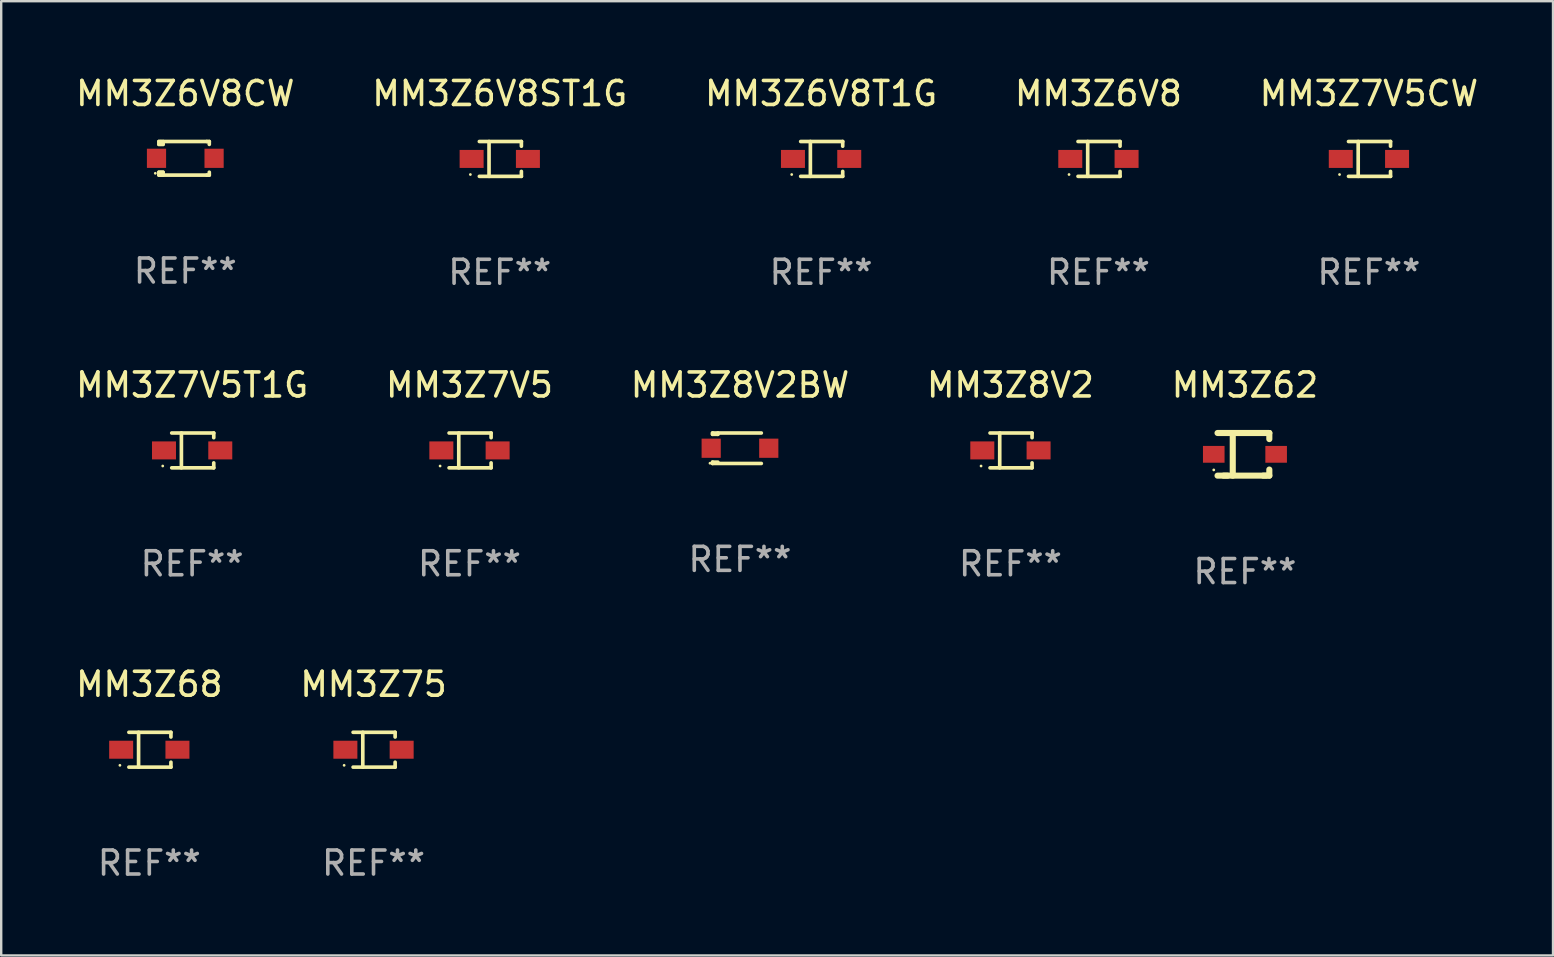
<source format=kicad_pcb>
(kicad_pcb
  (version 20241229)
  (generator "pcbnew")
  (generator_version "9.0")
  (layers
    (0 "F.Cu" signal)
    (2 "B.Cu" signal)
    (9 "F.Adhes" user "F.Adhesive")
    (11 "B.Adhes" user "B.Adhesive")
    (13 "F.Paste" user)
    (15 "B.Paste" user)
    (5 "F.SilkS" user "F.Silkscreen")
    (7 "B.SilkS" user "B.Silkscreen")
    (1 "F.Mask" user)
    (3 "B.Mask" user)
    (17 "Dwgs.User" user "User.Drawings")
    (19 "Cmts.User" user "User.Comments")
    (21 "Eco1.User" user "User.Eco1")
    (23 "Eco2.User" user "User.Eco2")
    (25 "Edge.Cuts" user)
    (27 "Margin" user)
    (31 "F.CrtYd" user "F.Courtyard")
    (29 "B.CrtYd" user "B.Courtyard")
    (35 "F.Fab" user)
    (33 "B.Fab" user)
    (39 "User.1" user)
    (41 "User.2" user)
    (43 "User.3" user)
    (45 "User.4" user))
  (footprint "MM3Z6V8"
    (layer "F.Cu")
    (at 42.732 3.574)
    (property "Reference" "MM3Z6V8" (at 0 -2.726 0) (layer "F.SilkS") (effects (font (size 1 1) (thickness 0.15))))
    (attr through_hole)
    (fp_line (start -0.851 -0.726) (end 0.901 -0.726) (stroke (width 0.152) (type solid)) (layer "F.SilkS"))
    (fp_line (start -0.851 0.726) (end 0.901 0.726) (stroke (width 0.152) (type solid)) (layer "F.SilkS"))
    (fp_line (start -0.447 -0.726) (end -0.447 0.726) (stroke (width 0.152) (type solid)) (layer "F.SilkS"))
    (fp_line (start 0.901 -0.726) (end 0.901 -0.53) (stroke (width 0.152) (type solid)) (layer "F.SilkS"))
    (fp_line (start 0.901 0.726) (end 0.901 0.52) (stroke (width 0.152) (type solid)) (layer "F.SilkS"))
    (fp_circle (center -1.225 0.65) (end -1.195 0.65) (stroke (width 0.06) (type solid)) (fill no) (layer "F.SilkS"))
    (fp_text user "REF**" (at 0 4.726 0) (layer "F.Fab") (effects (font (size 1 1) (thickness 0.15))))
    (pad "1" smd rect (at -1.173 0) (size 1 0.75) (layers "F.Cu" "F.Mask" "F.Paste"))
    (pad "2" smd rect (at 1.173 0) (size 1 0.75) (layers "F.Cu" "F.Mask" "F.Paste")))
  (footprint "MM3Z6V8ST1G"
    (layer "F.Cu")
    (at 17.78 3.574)
    (property "Reference" "MM3Z6V8ST1G" (at 0 -2.726 0) (layer "F.SilkS") (effects (font (size 1 1) (thickness 0.15))))
    (attr through_hole)
    (fp_line (start -0.851 -0.726) (end 0.901 -0.726) (stroke (width 0.152) (type solid)) (layer "F.SilkS"))
    (fp_line (start -0.851 0.726) (end 0.901 0.726) (stroke (width 0.152) (type solid)) (layer "F.SilkS"))
    (fp_line (start -0.447 -0.726) (end -0.447 0.726) (stroke (width 0.152) (type solid)) (layer "F.SilkS"))
    (fp_line (start 0.901 -0.726) (end 0.901 -0.53) (stroke (width 0.152) (type solid)) (layer "F.SilkS"))
    (fp_line (start 0.901 0.726) (end 0.901 0.52) (stroke (width 0.152) (type solid)) (layer "F.SilkS"))
    (fp_circle (center -1.225 0.65) (end -1.195 0.65) (stroke (width 0.06) (type solid)) (fill no) (layer "F.SilkS"))
    (fp_text user "REF**" (at 0 4.726 0) (layer "F.Fab") (effects (font (size 1 1) (thickness 0.15))))
    (pad "1" smd rect (at -1.173 0) (size 1 0.75) (layers "F.Cu" "F.Mask" "F.Paste"))
    (pad "2" smd rect (at 1.173 0) (size 1 0.75) (layers "F.Cu" "F.Mask" "F.Paste")))
  (footprint "MM3Z75"
    (layer "F.Cu")
    (at 12.518 28.198)
    (property "Reference" "MM3Z75" (at 0 -2.726 0) (layer "F.SilkS") (effects (font (size 1 1) (thickness 0.15))))
    (attr through_hole)
    (fp_line (start -0.851 -0.726) (end 0.901 -0.726) (stroke (width 0.152) (type solid)) (layer "F.SilkS"))
    (fp_line (start -0.851 0.726) (end 0.901 0.726) (stroke (width 0.152) (type solid)) (layer "F.SilkS"))
    (fp_line (start -0.447 -0.726) (end -0.447 0.726) (stroke (width 0.152) (type solid)) (layer "F.SilkS"))
    (fp_line (start 0.901 -0.726) (end 0.901 -0.53) (stroke (width 0.152) (type solid)) (layer "F.SilkS"))
    (fp_line (start 0.901 0.726) (end 0.901 0.52) (stroke (width 0.152) (type solid)) (layer "F.SilkS"))
    (fp_circle (center -1.225 0.65) (end -1.195 0.65) (stroke (width 0.06) (type solid)) (fill no) (layer "F.SilkS"))
    (fp_text user "REF**" (at 0 4.726 0) (layer "F.Fab") (effects (font (size 1 1) (thickness 0.15))))
    (pad "1" smd rect (at -1.173 0) (size 1 0.75) (layers "F.Cu" "F.Mask" "F.Paste"))
    (pad "2" smd rect (at 1.173 0) (size 1 0.75) (layers "F.Cu" "F.Mask" "F.Paste")))
  (footprint "MM3Z7V5T1G"
    (layer "F.Cu")
    (at 4.958 15.723)
    (property "Reference" "MM3Z7V5T1G" (at 0 -2.726 0) (layer "F.SilkS") (effects (font (size 1 1) (thickness 0.15))))
    (attr through_hole)
    (fp_line (start -0.851 -0.726) (end 0.901 -0.726) (stroke (width 0.152) (type solid)) (layer "F.SilkS"))
    (fp_line (start -0.851 0.726) (end 0.901 0.726) (stroke (width 0.152) (type solid)) (layer "F.SilkS"))
    (fp_line (start -0.447 -0.726) (end -0.447 0.726) (stroke (width 0.152) (type solid)) (layer "F.SilkS"))
    (fp_line (start 0.901 -0.726) (end 0.901 -0.53) (stroke (width 0.152) (type solid)) (layer "F.SilkS"))
    (fp_line (start 0.901 0.726) (end 0.901 0.52) (stroke (width 0.152) (type solid)) (layer "F.SilkS"))
    (fp_circle (center -1.225 0.65) (end -1.195 0.65) (stroke (width 0.06) (type solid)) (fill no) (layer "F.SilkS"))
    (fp_text user "REF**" (at 0 4.726 0) (layer "F.Fab") (effects (font (size 1 1) (thickness 0.15))))
    (pad "1" smd rect (at -1.173 0) (size 1 0.75) (layers "F.Cu" "F.Mask" "F.Paste"))
    (pad "2" smd rect (at 1.173 0) (size 1 0.75) (layers "F.Cu" "F.Mask" "F.Paste")))
  (footprint "MM3Z62"
    (layer "F.Cu")
    (at 48.839 15.886)
    (property "Reference" "MM3Z62" (at 0 -2.889 0) (layer "F.SilkS") (effects (font (size 1 1) (thickness 0.15))))
    (attr through_hole)
    (fp_line (start -0.889 -0.889) (end -1.143 -0.889) (stroke (width 0.254) (type solid)) (layer "F.SilkS"))
    (fp_line (start -0.889 -0.889) (end 0.889 -0.889) (stroke (width 0.254) (type solid)) (layer "F.SilkS"))
    (fp_line (start -0.889 0.889) (end 0.889 0.889) (stroke (width 0.254) (type solid)) (layer "F.SilkS"))
    (fp_line (start -0.728 0.889) (end -1.143 0.889) (stroke (width 0.254) (type solid)) (layer "F.SilkS"))
    (fp_line (start -0.508 -0.889) (end -0.508 0.889) (stroke (width 0.254) (type solid)) (layer "F.SilkS"))
    (fp_line (start 0.763 0.889) (end 1.016 0.889) (stroke (width 0.254) (type solid)) (layer "F.SilkS"))
    (fp_line (start 0.889 -0.889) (end 1.016 -0.889) (stroke (width 0.254) (type solid)) (layer "F.SilkS"))
    (fp_line (start 1.016 -0.889) (end 1.016 -0.635) (stroke (width 0.254) (type solid)) (layer "F.SilkS"))
    (fp_line (start 1.016 0.889) (end 1.016 0.635) (stroke (width 0.254) (type solid)) (layer "F.SilkS"))
    (fp_circle (center -1.3 0.65) (end -1.27 0.65) (stroke (width 0.06) (type solid)) (fill no) (layer "F.SilkS"))
    (fp_text user "REF**" (at 0 4.889 0) (layer "F.Fab") (effects (font (size 1 1) (thickness 0.15))))
    (pad "1" smd rect (at -1.3 0) (size 0.9 0.7) (layers "F.Cu" "F.Mask" "F.Paste"))
    (pad "2" smd rect (at 1.3 0) (size 0.9 0.7) (layers "F.Cu" "F.Mask" "F.Paste")))
  (footprint "MM3Z7V5CW"
    (layer "F.Cu")
    (at 54.006 3.574)
    (property "Reference" "MM3Z7V5CW" (at 0 -2.726 0) (layer "F.SilkS") (effects (font (size 1 1) (thickness 0.15))))
    (attr through_hole)
    (fp_line (start -0.851 -0.726) (end 0.901 -0.726) (stroke (width 0.152) (type solid)) (layer "F.SilkS"))
    (fp_line (start -0.851 0.726) (end 0.901 0.726) (stroke (width 0.152) (type solid)) (layer "F.SilkS"))
    (fp_line (start -0.447 -0.726) (end -0.447 0.726) (stroke (width 0.152) (type solid)) (layer "F.SilkS"))
    (fp_line (start 0.901 -0.726) (end 0.901 -0.53) (stroke (width 0.152) (type solid)) (layer "F.SilkS"))
    (fp_line (start 0.901 0.726) (end 0.901 0.52) (stroke (width 0.152) (type solid)) (layer "F.SilkS"))
    (fp_circle (center -1.225 0.65) (end -1.195 0.65) (stroke (width 0.06) (type solid)) (fill no) (layer "F.SilkS"))
    (fp_text user "REF**" (at 0 4.726 0) (layer "F.Fab") (effects (font (size 1 1) (thickness 0.15))))
    (pad "1" smd rect (at -1.173 0) (size 1 0.75) (layers "F.Cu" "F.Mask" "F.Paste"))
    (pad "2" smd rect (at 1.173 0) (size 1 0.75) (layers "F.Cu" "F.Mask" "F.Paste")))
  (footprint "MM3Z8V2"
    (layer "F.Cu")
    (at 39.065 15.723)
    (property "Reference" "MM3Z8V2" (at 0 -2.726 0) (layer "F.SilkS") (effects (font (size 1 1) (thickness 0.15))))
    (attr through_hole)
    (fp_line (start -0.851 -0.726) (end 0.901 -0.726) (stroke (width 0.152) (type solid)) (layer "F.SilkS"))
    (fp_line (start -0.851 0.726) (end 0.901 0.726) (stroke (width 0.152) (type solid)) (layer "F.SilkS"))
    (fp_line (start -0.447 -0.726) (end -0.447 0.726) (stroke (width 0.152) (type solid)) (layer "F.SilkS"))
    (fp_line (start 0.901 -0.726) (end 0.901 -0.53) (stroke (width 0.152) (type solid)) (layer "F.SilkS"))
    (fp_line (start 0.901 0.726) (end 0.901 0.52) (stroke (width 0.152) (type solid)) (layer "F.SilkS"))
    (fp_circle (center -1.225 0.65) (end -1.195 0.65) (stroke (width 0.06) (type solid)) (fill no) (layer "F.SilkS"))
    (fp_text user "REF**" (at 0 4.726 0) (layer "F.Fab") (effects (font (size 1 1) (thickness 0.15))))
    (pad "1" smd rect (at -1.173 0) (size 1 0.75) (layers "F.Cu" "F.Mask" "F.Paste"))
    (pad "2" smd rect (at 1.173 0) (size 1 0.75) (layers "F.Cu" "F.Mask" "F.Paste")))
  (footprint "MM3Z6V8T1G"
    (layer "F.Cu")
    (at 31.173 3.574)
    (property "Reference" "MM3Z6V8T1G" (at 0 -2.726 0) (layer "F.SilkS") (effects (font (size 1 1) (thickness 0.15))))
    (attr through_hole)
    (fp_line (start -0.851 -0.726) (end 0.901 -0.726) (stroke (width 0.152) (type solid)) (layer "F.SilkS"))
    (fp_line (start -0.851 0.726) (end 0.901 0.726) (stroke (width 0.152) (type solid)) (layer "F.SilkS"))
    (fp_line (start -0.447 -0.726) (end -0.447 0.726) (stroke (width 0.152) (type solid)) (layer "F.SilkS"))
    (fp_line (start 0.901 -0.726) (end 0.901 -0.53) (stroke (width 0.152) (type solid)) (layer "F.SilkS"))
    (fp_line (start 0.901 0.726) (end 0.901 0.52) (stroke (width 0.152) (type solid)) (layer "F.SilkS"))
    (fp_circle (center -1.225 0.65) (end -1.195 0.65) (stroke (width 0.06) (type solid)) (fill no) (layer "F.SilkS"))
    (fp_text user "REF**" (at 0 4.726 0) (layer "F.Fab") (effects (font (size 1 1) (thickness 0.15))))
    (pad "1" smd rect (at -1.173 0) (size 1 0.75) (layers "F.Cu" "F.Mask" "F.Paste"))
    (pad "2" smd rect (at 1.173 0) (size 1 0.75) (layers "F.Cu" "F.Mask" "F.Paste")))
  (footprint "MM3Z8V2BW"
    (layer "F.Cu")
    (at 27.792 15.632)
    (property "Reference" "MM3Z8V2BW" (at 0 -2.635 0) (layer "F.SilkS") (effects (font (size 1 1) (thickness 0.15))))
    (attr through_hole)
    (fp_line (start -1.143 -0.635) (end -1.143 -0.58) (stroke (width 0.152) (type solid)) (layer "F.SilkS"))
    (fp_line (start -1.143 -0.58) (end -0.922 -0.58) (stroke (width 0.152) (type solid)) (layer "F.SilkS"))
    (fp_line (start -1.143 0.58) (end -1.143 0.635) (stroke (width 0.152) (type solid)) (layer "F.SilkS"))
    (fp_line (start -1.143 0.58) (end -0.922 0.58) (stroke (width 0.152) (type solid)) (layer "F.SilkS"))
    (fp_line (start -1.143 0.635) (end 0.889 0.635) (stroke (width 0.152) (type solid)) (layer "F.SilkS"))
    (fp_line (start -0.922 -0.58) (end -0.922 -0.635) (stroke (width 0.152) (type solid)) (layer "F.SilkS"))
    (fp_line (start 0.889 -0.635) (end -1.143 -0.635) (stroke (width 0.152) (type solid)) (layer "F.SilkS"))
    (fp_circle (center -1.25 0.625) (end -1.22 0.625) (stroke (width 0.06) (type solid)) (fill no) (layer "F.SilkS"))
    (fp_text user "REF**" (at 0 4.635 0) (layer "F.Fab") (effects (font (size 1 1) (thickness 0.15))))
    (pad "1" smd rect (at -1.2 0) (size 0.8 0.8) (layers "F.Cu" "F.Mask" "F.Paste"))
    (pad "2" smd rect (at 1.2 0) (size 0.8 0.8) (layers "F.Cu" "F.Mask" "F.Paste")))
  (footprint "MM3Z7V5"
    (layer "F.Cu")
    (at 16.518 15.723)
    (property "Reference" "MM3Z7V5" (at 0 -2.726 0) (layer "F.SilkS") (effects (font (size 1 1) (thickness 0.15))))
    (attr through_hole)
    (fp_line (start -0.851 -0.726) (end 0.901 -0.726) (stroke (width 0.152) (type solid)) (layer "F.SilkS"))
    (fp_line (start -0.851 0.726) (end 0.901 0.726) (stroke (width 0.152) (type solid)) (layer "F.SilkS"))
    (fp_line (start -0.447 -0.726) (end -0.447 0.726) (stroke (width 0.152) (type solid)) (layer "F.SilkS"))
    (fp_line (start 0.901 -0.726) (end 0.901 -0.53) (stroke (width 0.152) (type solid)) (layer "F.SilkS"))
    (fp_line (start 0.901 0.726) (end 0.901 0.52) (stroke (width 0.152) (type solid)) (layer "F.SilkS"))
    (fp_circle (center -1.225 0.65) (end -1.195 0.65) (stroke (width 0.06) (type solid)) (fill no) (layer "F.SilkS"))
    (fp_text user "REF**" (at 0 4.726 0) (layer "F.Fab") (effects (font (size 1 1) (thickness 0.15))))
    (pad "1" smd rect (at -1.173 0) (size 1 0.75) (layers "F.Cu" "F.Mask" "F.Paste"))
    (pad "2" smd rect (at 1.173 0) (size 1 0.75) (layers "F.Cu" "F.Mask" "F.Paste")))
  (footprint "MM3Z68"
    (layer "F.Cu")
    (at 3.173 28.198)
    (property "Reference" "MM3Z68" (at 0 -2.726 0) (layer "F.SilkS") (effects (font (size 1 1) (thickness 0.15))))
    (attr through_hole)
    (fp_line (start -0.851 -0.726) (end 0.901 -0.726) (stroke (width 0.152) (type solid)) (layer "F.SilkS"))
    (fp_line (start -0.851 0.726) (end 0.901 0.726) (stroke (width 0.152) (type solid)) (layer "F.SilkS"))
    (fp_line (start -0.447 -0.726) (end -0.447 0.726) (stroke (width 0.152) (type solid)) (layer "F.SilkS"))
    (fp_line (start 0.901 -0.726) (end 0.901 -0.53) (stroke (width 0.152) (type solid)) (layer "F.SilkS"))
    (fp_line (start 0.901 0.726) (end 0.901 0.52) (stroke (width 0.152) (type solid)) (layer "F.SilkS"))
    (fp_circle (center -1.225 0.65) (end -1.195 0.65) (stroke (width 0.06) (type solid)) (fill no) (layer "F.SilkS"))
    (fp_text user "REF**" (at 0 4.726 0) (layer "F.Fab") (effects (font (size 1 1) (thickness 0.15))))
    (pad "1" smd rect (at -1.173 0) (size 1 0.75) (layers "F.Cu" "F.Mask" "F.Paste"))
    (pad "2" smd rect (at 1.173 0) (size 1 0.75) (layers "F.Cu" "F.Mask" "F.Paste")))
  (footprint "MM3Z6V8CW"
    (layer "F.Cu")
    (at 4.673 3.548)
    (property "Reference" "MM3Z6V8CW" (at 0 -2.7 0) (layer "F.SilkS") (effects (font (size 1 1) (thickness 0.15))))
    (attr through_hole)
    (fp_line (start -1.1 -0.7) (end -1.1 -0.58) (stroke (width 0.152) (type solid)) (layer "F.SilkS"))
    (fp_line (start -1.1 0.58) (end -1.1 0.7) (stroke (width 0.152) (type solid)) (layer "F.SilkS"))
    (fp_line (start -1.1 0.58) (end -0.927 0.58) (stroke (width 0.152) (type solid)) (layer "F.SilkS"))
    (fp_line (start -1.1 0.7) (end 0.9 0.7) (stroke (width 0.152) (type solid)) (layer "F.SilkS"))
    (fp_line (start -1.014 -0.58) (end -1.014 -0.7) (stroke (width 0.152) (type solid)) (layer "F.SilkS"))
    (fp_line (start -1.014 0.7) (end -1.014 0.58) (stroke (width 0.152) (type solid)) (layer "F.SilkS"))
    (fp_line (start -0.927 -0.7) (end -0.927 -0.58) (stroke (width 0.152) (type solid)) (layer "F.SilkS"))
    (fp_line (start -0.927 -0.58) (end -1.1 -0.58) (stroke (width 0.152) (type solid)) (layer "F.SilkS"))
    (fp_line (start -0.927 0.58) (end -0.927 0.7) (stroke (width 0.152) (type solid)) (layer "F.SilkS"))
    (fp_line (start 0.9 -0.7) (end -1.1 -0.7) (stroke (width 0.152) (type solid)) (layer "F.SilkS"))
    (fp_line (start 0.9 0.7) (end 1 0.7) (stroke (width 0.152) (type solid)) (layer "F.SilkS"))
    (fp_line (start 1 -0.7) (end 0.9 -0.7) (stroke (width 0.152) (type solid)) (layer "F.SilkS"))
    (fp_line (start 1 -0.58) (end 1 -0.7) (stroke (width 0.152) (type solid)) (layer "F.SilkS"))
    (fp_line (start 1 0.7) (end 1 0.58) (stroke (width 0.152) (type solid)) (layer "F.SilkS"))
    (fp_circle (center -1.25 0.625) (end -1.22 0.625) (stroke (width 0.06) (type solid)) (fill no) (layer "F.SilkS"))
    (fp_text user "REF**" (at 0 4.7 0) (layer "F.Fab") (effects (font (size 1 1) (thickness 0.15))))
    (pad "1" smd rect (at -1.2 0) (size 0.8 0.8) (layers "F.Cu" "F.Mask" "F.Paste"))
    (pad "2" smd rect (at 1.2 0) (size 0.8 0.8) (layers "F.Cu" "F.Mask" "F.Paste")))
  (gr_rect
    (start -3 -3)
    (end 61.679 36.772)
    (stroke (width 0.1) (type default))
    (fill no)
    (layer "Edge.Cuts")))
</source>
